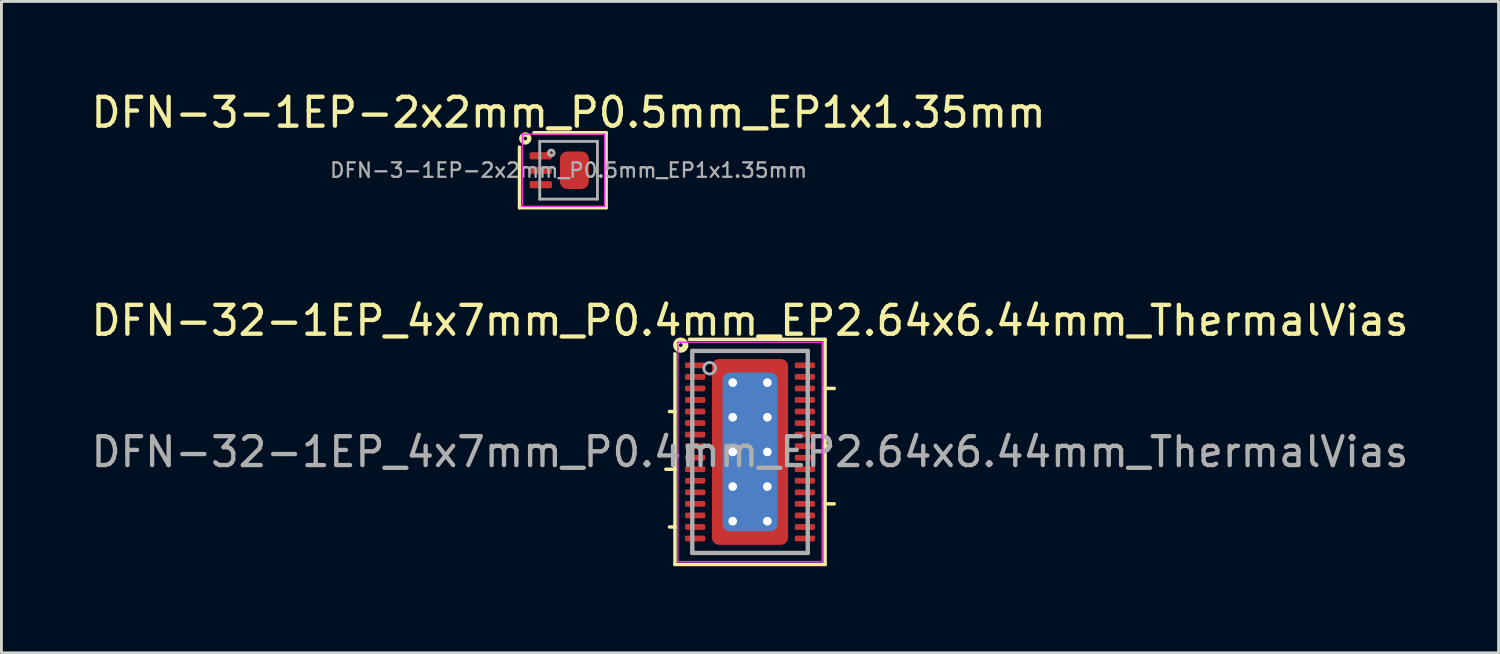
<source format=kicad_pcb>
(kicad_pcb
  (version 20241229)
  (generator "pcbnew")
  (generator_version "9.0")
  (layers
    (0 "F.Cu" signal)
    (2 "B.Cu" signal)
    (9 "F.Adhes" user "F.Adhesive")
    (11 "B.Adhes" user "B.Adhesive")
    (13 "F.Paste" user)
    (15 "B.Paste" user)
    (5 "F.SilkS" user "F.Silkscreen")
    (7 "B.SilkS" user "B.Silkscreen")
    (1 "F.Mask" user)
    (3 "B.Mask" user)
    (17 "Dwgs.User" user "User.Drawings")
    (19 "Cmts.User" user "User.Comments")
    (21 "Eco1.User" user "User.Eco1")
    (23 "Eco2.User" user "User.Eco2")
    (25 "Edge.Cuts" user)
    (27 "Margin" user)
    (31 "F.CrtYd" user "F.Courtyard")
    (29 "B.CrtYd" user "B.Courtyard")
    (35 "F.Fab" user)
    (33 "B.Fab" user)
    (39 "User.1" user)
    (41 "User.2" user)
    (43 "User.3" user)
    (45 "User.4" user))
  (footprint "DFN-32-1EP_4x7mm_P0.4mm_EP2.64x6.44mm_ThermalVias"
    (layer "F.Cu")
    (at 22.935 12.607)
    (property "Reference" "DFN-32-1EP_4x7mm_P0.4mm_EP2.64x6.44mm_ThermalVias" (at 0 -4.55 0) (layer "F.SilkS") (effects (font (size 1 1) (thickness 0.15))))
    (attr smd)
    (fp_line (start -2.791 -1.4) (end -2.6 -1.4) (stroke (width 0.12) (type solid)) (layer "F.SilkS"))
    (fp_line (start -2.6 0.6) (end -2.917 0.6) (stroke (width 0.12) (type solid)) (layer "F.SilkS"))
    (fp_line (start -2.6 2.6) (end -2.791 2.6) (stroke (width 0.12) (type solid)) (layer "F.SilkS"))
    (fp_line (start -2.6 3.9) (end -2.6 -3.4) (stroke (width 0.12) (type solid)) (layer "F.SilkS"))
    (fp_line (start -2.1 -3.9) (end 2.6 -3.9) (stroke (width 0.12) (type solid)) (layer "F.SilkS"))
    (fp_line (start 2.6 -3.9) (end 2.6 3.9) (stroke (width 0.12) (type solid)) (layer "F.SilkS"))
    (fp_line (start 2.6 -2.2) (end 2.917 -2.2) (stroke (width 0.12) (type solid)) (layer "F.SilkS"))
    (fp_line (start 2.6 -0.2) (end 2.791 -0.2) (stroke (width 0.12) (type solid)) (layer "F.SilkS"))
    (fp_line (start 2.6 1.8) (end 2.917 1.8) (stroke (width 0.12) (type solid)) (layer "F.SilkS"))
    (fp_line (start 2.6 3.9) (end -2.6 3.9) (stroke (width 0.12) (type solid)) (layer "F.SilkS"))
    (fp_circle (center -2.4 -3.7) (end -2.337 -3.7) (stroke (width 0.2) (type solid)) (fill no) (layer "F.SilkS"))
    (fp_line (start -2.5 -3.8) (end -2.5 3.8) (stroke (width 0.05) (type solid)) (layer "F.CrtYd"))
    (fp_line (start -2.5 -3.8) (end 2.5 -3.8) (stroke (width 0.05) (type solid)) (layer "F.CrtYd"))
    (fp_line (start -2.5 3.8) (end 2.5 3.8) (stroke (width 0.05) (type solid)) (layer "F.CrtYd"))
    (fp_line (start 2.5 -3.8) (end 2.5 3.8) (stroke (width 0.05) (type solid)) (layer "F.CrtYd"))
    (fp_line (start -2 -3.5) (end 2 -3.5) (stroke (width 0.15) (type solid)) (layer "F.Fab"))
    (fp_line (start -2 3.5) (end -2 -3.5) (stroke (width 0.15) (type solid)) (layer "F.Fab"))
    (fp_line (start 2 -3.5) (end 2 3.5) (stroke (width 0.15) (type solid)) (layer "F.Fab"))
    (fp_line (start 2 3.5) (end -2 3.5) (stroke (width 0.15) (type solid)) (layer "F.Fab"))
    (fp_circle (center -1.4 -2.9) (end -1.2 -2.9) (stroke (width 0.1) (type solid)) (fill no) (layer "F.Fab"))
    (fp_text user "${REFERENCE}" (at 0 0 0) (layer "F.Fab") (effects (font (size 1 1) (thickness 0.15))))
    (pad "" smd roundrect (at -0.975 -2.825) (size 0.55 0.65) (layers "F.Paste") (roundrect_rratio 0.25))
    (pad "" smd roundrect (at -0.975 -1.8) (size 0.55 1) (layers "F.Paste") (roundrect_rratio 0.25))
    (pad "" smd roundrect (at -0.975 -0.6) (size 0.55 1) (layers "F.Paste") (roundrect_rratio 0.25))
    (pad "" smd roundrect (at -0.975 0.6) (size 0.55 1) (layers "F.Paste") (roundrect_rratio 0.25))
    (pad "" smd roundrect (at -0.975 1.8) (size 0.55 1) (layers "F.Paste") (roundrect_rratio 0.25))
    (pad "" smd roundrect (at -0.975 2.85) (size 0.55 0.6) (layers "F.Paste") (roundrect_rratio 0.25))
    (pad "" smd roundrect (at 0 -2.825) (size 1 0.65) (layers "F.Paste") (roundrect_rratio 0.25))
    (pad "" smd roundrect (at 0 -1.8) (size 1 1) (layers "F.Paste") (roundrect_rratio 0.25))
    (pad "" smd roundrect (at 0 -0.6) (size 1 1) (layers "F.Paste") (roundrect_rratio 0.25))
    (pad "" smd roundrect (at 0 0.6) (size 1 1) (layers "F.Paste") (roundrect_rratio 0.25))
    (pad "" smd roundrect (at 0 1.8) (size 1 1) (layers "F.Paste") (roundrect_rratio 0.25))
    (pad "" smd roundrect (at 0 2.85) (size 1 0.6) (layers "F.Paste") (roundrect_rratio 0.25))
    (pad "" smd roundrect (at 0.975 -2.825) (size 0.55 0.65) (layers "F.Paste") (roundrect_rratio 0.25))
    (pad "" smd roundrect (at 0.975 -1.8) (size 0.55 1) (layers "F.Paste") (roundrect_rratio 0.25))
    (pad "" smd roundrect (at 0.975 -0.6) (size 0.55 1) (layers "F.Paste") (roundrect_rratio 0.25))
    (pad "" smd roundrect (at 0.975 0.6) (size 0.55 1) (layers "F.Paste") (roundrect_rratio 0.25))
    (pad "" smd roundrect (at 0.975 1.8) (size 0.55 1) (layers "F.Paste") (roundrect_rratio 0.25))
    (pad "" smd roundrect (at 0.975 2.85) (size 0.55 0.6) (layers "F.Paste") (roundrect_rratio 0.25))
    (pad "1" smd roundrect (at -1.9 -3) (size 0.7 0.2) (layers "F.Cu" "F.Mask" "F.Paste") (roundrect_rratio 0.25))
    (pad "2" smd roundrect (at -1.9 -2.6) (size 0.7 0.2) (layers "F.Cu" "F.Mask" "F.Paste") (roundrect_rratio 0.25))
    (pad "3" smd roundrect (at -1.9 -2.2) (size 0.7 0.2) (layers "F.Cu" "F.Mask" "F.Paste") (roundrect_rratio 0.25))
    (pad "4" smd roundrect (at -1.9 -1.8) (size 0.7 0.2) (layers "F.Cu" "F.Mask" "F.Paste") (roundrect_rratio 0.25))
    (pad "5" smd roundrect (at -1.9 -1.4) (size 0.7 0.2) (layers "F.Cu" "F.Mask" "F.Paste") (roundrect_rratio 0.25))
    (pad "6" smd roundrect (at -1.9 -1) (size 0.7 0.2) (layers "F.Cu" "F.Mask" "F.Paste") (roundrect_rratio 0.25))
    (pad "7" smd roundrect (at -1.9 -0.6) (size 0.7 0.2) (layers "F.Cu" "F.Mask" "F.Paste") (roundrect_rratio 0.25))
    (pad "8" smd roundrect (at -1.9 -0.2) (size 0.7 0.2) (layers "F.Cu" "F.Mask" "F.Paste") (roundrect_rratio 0.25))
    (pad "9" smd roundrect (at -1.9 0.2) (size 0.7 0.2) (layers "F.Cu" "F.Mask" "F.Paste") (roundrect_rratio 0.25))
    (pad "10" smd roundrect (at -1.9 0.6) (size 0.7 0.2) (layers "F.Cu" "F.Mask" "F.Paste") (roundrect_rratio 0.25))
    (pad "11" smd roundrect (at -1.9 1) (size 0.7 0.2) (layers "F.Cu" "F.Mask" "F.Paste") (roundrect_rratio 0.25))
    (pad "12" smd roundrect (at -1.9 1.4) (size 0.7 0.2) (layers "F.Cu" "F.Mask" "F.Paste") (roundrect_rratio 0.25))
    (pad "13" smd roundrect (at -1.9 1.8) (size 0.7 0.2) (layers "F.Cu" "F.Mask" "F.Paste") (roundrect_rratio 0.25))
    (pad "14" smd roundrect (at -1.9 2.2) (size 0.7 0.2) (layers "F.Cu" "F.Mask" "F.Paste") (roundrect_rratio 0.25))
    (pad "15" smd roundrect (at -1.9 2.6) (size 0.7 0.2) (layers "F.Cu" "F.Mask" "F.Paste") (roundrect_rratio 0.25))
    (pad "16" smd roundrect (at -1.9 3) (size 0.7 0.2) (layers "F.Cu" "F.Mask" "F.Paste") (roundrect_rratio 0.25))
    (pad "17" smd roundrect (at 1.9 3) (size 0.7 0.2) (layers "F.Cu" "F.Mask" "F.Paste") (roundrect_rratio 0.25))
    (pad "18" smd roundrect (at 1.9 2.6) (size 0.7 0.2) (layers "F.Cu" "F.Mask" "F.Paste") (roundrect_rratio 0.25))
    (pad "19" smd roundrect (at 1.9 2.2) (size 0.7 0.2) (layers "F.Cu" "F.Mask" "F.Paste") (roundrect_rratio 0.25))
    (pad "20" smd roundrect (at 1.9 1.8) (size 0.7 0.2) (layers "F.Cu" "F.Mask" "F.Paste") (roundrect_rratio 0.25))
    (pad "21" smd roundrect (at 1.9 1.4) (size 0.7 0.2) (layers "F.Cu" "F.Mask" "F.Paste") (roundrect_rratio 0.25))
    (pad "22" smd roundrect (at 1.9 1) (size 0.7 0.2) (layers "F.Cu" "F.Mask" "F.Paste") (roundrect_rratio 0.25))
    (pad "23" smd roundrect (at 1.9 0.6) (size 0.7 0.2) (layers "F.Cu" "F.Mask" "F.Paste") (roundrect_rratio 0.25))
    (pad "24" smd roundrect (at 1.9 0.2) (size 0.7 0.2) (layers "F.Cu" "F.Mask" "F.Paste") (roundrect_rratio 0.25))
    (pad "25" smd roundrect (at 1.9 -0.2) (size 0.7 0.2) (layers "F.Cu" "F.Mask" "F.Paste") (roundrect_rratio 0.25))
    (pad "26" smd roundrect (at 1.9 -0.6) (size 0.7 0.2) (layers "F.Cu" "F.Mask" "F.Paste") (roundrect_rratio 0.25))
    (pad "27" smd roundrect (at 1.9 -1) (size 0.7 0.2) (layers "F.Cu" "F.Mask" "F.Paste") (roundrect_rratio 0.25))
    (pad "28" smd roundrect (at 1.9 -1.4) (size 0.7 0.2) (layers "F.Cu" "F.Mask" "F.Paste") (roundrect_rratio 0.25))
    (pad "29" smd roundrect (at 1.9 -1.8) (size 0.7 0.2) (layers "F.Cu" "F.Mask" "F.Paste") (roundrect_rratio 0.25))
    (pad "30" smd roundrect (at 1.9 -2.2) (size 0.7 0.2) (layers "F.Cu" "F.Mask" "F.Paste") (roundrect_rratio 0.25))
    (pad "31" smd roundrect (at 1.9 -2.6) (size 0.7 0.2) (layers "F.Cu" "F.Mask" "F.Paste") (roundrect_rratio 0.25))
    (pad "32" smd roundrect (at 1.9 -3) (size 0.7 0.2) (layers "F.Cu" "F.Mask" "F.Paste") (roundrect_rratio 0.25))
    (pad "33" thru_hole circle (at -0.6 -2.4) (size 0.65 0.65) (drill 0.3) (property pad_prop_heatsink) (layers "*.Cu"))
    (pad "33" thru_hole circle (at -0.6 -1.2) (size 0.65 0.65) (drill 0.3) (property pad_prop_heatsink) (layers "*.Cu"))
    (pad "33" thru_hole circle (at -0.6 0) (size 0.65 0.65) (drill 0.3) (property pad_prop_heatsink) (layers "*.Cu"))
    (pad "33" thru_hole circle (at -0.6 1.2) (size 0.65 0.65) (drill 0.3) (property pad_prop_heatsink) (layers "*.Cu"))
    (pad "33" thru_hole circle (at -0.6 2.4) (size 0.65 0.65) (drill 0.3) (property pad_prop_heatsink) (layers "*.Cu"))
    (pad "33" smd roundrect (at 0 0) (size 1.9 5.5) (layers "B.Cu" "B.Mask") (roundrect_rratio 0.132))
    (pad "33" smd roundrect (at 0 0) (size 2.64 6.44) (layers "F.Cu" "F.Mask") (roundrect_rratio 0.095))
    (pad "33" thru_hole circle (at 0.6 -2.4) (size 0.65 0.65) (drill 0.3) (property pad_prop_heatsink) (layers "*.Cu"))
    (pad "33" thru_hole circle (at 0.6 -1.2) (size 0.65 0.65) (drill 0.3) (property pad_prop_heatsink) (layers "*.Cu"))
    (pad "33" thru_hole circle (at 0.6 0) (size 0.65 0.65) (drill 0.3) (property pad_prop_heatsink) (layers "*.Cu"))
    (pad "33" thru_hole circle (at 0.6 1.2) (size 0.65 0.65) (drill 0.3) (property pad_prop_heatsink) (layers "*.Cu"))
    (pad "33" thru_hole circle (at 0.6 2.4) (size 0.65 0.65) (drill 0.3) (property pad_prop_heatsink) (layers "*.Cu")))
  (footprint "DFN-3-1EP-2x2mm_P0.5mm_EP1x1.35mm"
    (layer "F.Cu")
    (at 16.649 2.848)
    (property "Reference" "DFN-3-1EP-2x2mm_P0.5mm_EP1x1.35mm" (at 0 -2 0) (layer "F.SilkS") (effects (font (size 1 1) (thickness 0.15))))
    (attr smd)
    (fp_line (start -1.7 1.3) (end -1.7 -0.8) (stroke (width 0.12) (type solid)) (layer "F.SilkS"))
    (fp_line (start -1.2 -1.3) (end 1.3 -1.3) (stroke (width 0.12) (type solid)) (layer "F.SilkS"))
    (fp_line (start 1.3 -1.3) (end 1.3 1.3) (stroke (width 0.12) (type solid)) (layer "F.SilkS"))
    (fp_line (start 1.3 1.3) (end -1.7 1.3) (stroke (width 0.12) (type solid)) (layer "F.SilkS"))
    (fp_circle (center -1.5 -1.1) (end -1.437 -1.1) (stroke (width 0.15) (type solid)) (fill no) (layer "F.SilkS"))
    (fp_line (start -1.6 -1.25) (end -1.6 1.25) (stroke (width 0.05) (type solid)) (layer "F.CrtYd"))
    (fp_line (start -1.6 1.25) (end 1.25 1.25) (stroke (width 0.05) (type solid)) (layer "F.CrtYd"))
    (fp_line (start 1.25 -1.25) (end -1.6 -1.25) (stroke (width 0.05) (type solid)) (layer "F.CrtYd"))
    (fp_line (start 1.25 1.25) (end 1.25 -1.25) (stroke (width 0.05) (type solid)) (layer "F.CrtYd"))
    (fp_line (start -1 -1) (end 1 -1) (stroke (width 0.1) (type solid)) (layer "F.Fab"))
    (fp_line (start -1 1) (end -1 -1) (stroke (width 0.1) (type solid)) (layer "F.Fab"))
    (fp_line (start 1 -1) (end 1 1) (stroke (width 0.1) (type solid)) (layer "F.Fab"))
    (fp_line (start 1 1) (end -1 1) (stroke (width 0.1) (type solid)) (layer "F.Fab"))
    (fp_circle (center -0.6 -0.6) (end -0.5 -0.6) (stroke (width 0.1) (type solid)) (fill no) (layer "F.Fab"))
    (fp_text user "${REFERENCE}" (at 0 0 0) (layer "F.Fab") (effects (font (size 0.5 0.5) (thickness 0.08))))
    (pad "" smd roundrect (at -0.029 -0.325) (size 0.35 0.52) (layers "F.Paste") (roundrect_rratio 0.25))
    (pad "" smd roundrect (at -0.029 0.325) (size 0.35 0.52) (layers "F.Paste") (roundrect_rratio 0.25))
    (pad "" smd roundrect (at 0.429 -0.325) (size 0.35 0.52) (layers "F.Paste") (roundrect_rratio 0.25))
    (pad "" smd roundrect (at 0.429 0.325) (size 0.35 0.52) (layers "F.Paste") (roundrect_rratio 0.25))
    (pad "1" smd roundrect (at -0.963 -0.5) (size 0.775 0.25) (layers "F.Cu" "F.Mask" "F.Paste") (roundrect_rratio 0.25))
    (pad "2" smd roundrect (at -0.963 0) (size 0.775 0.25) (layers "F.Cu" "F.Mask" "F.Paste") (roundrect_rratio 0.25))
    (pad "3" smd roundrect (at -0.963 0.5) (size 0.775 0.25) (layers "F.Cu" "F.Mask" "F.Paste") (roundrect_rratio 0.25))
    (pad "4" smd roundrect (at 0.2 0) (size 1 1.3) (layers "F.Cu" "F.Mask") (roundrect_rratio 0.25)))
  (gr_rect
    (start -3 -3)
    (end 48.869 19.567)
    (stroke (width 0.1) (type default))
    (fill no)
    (layer "Edge.Cuts")))
</source>
